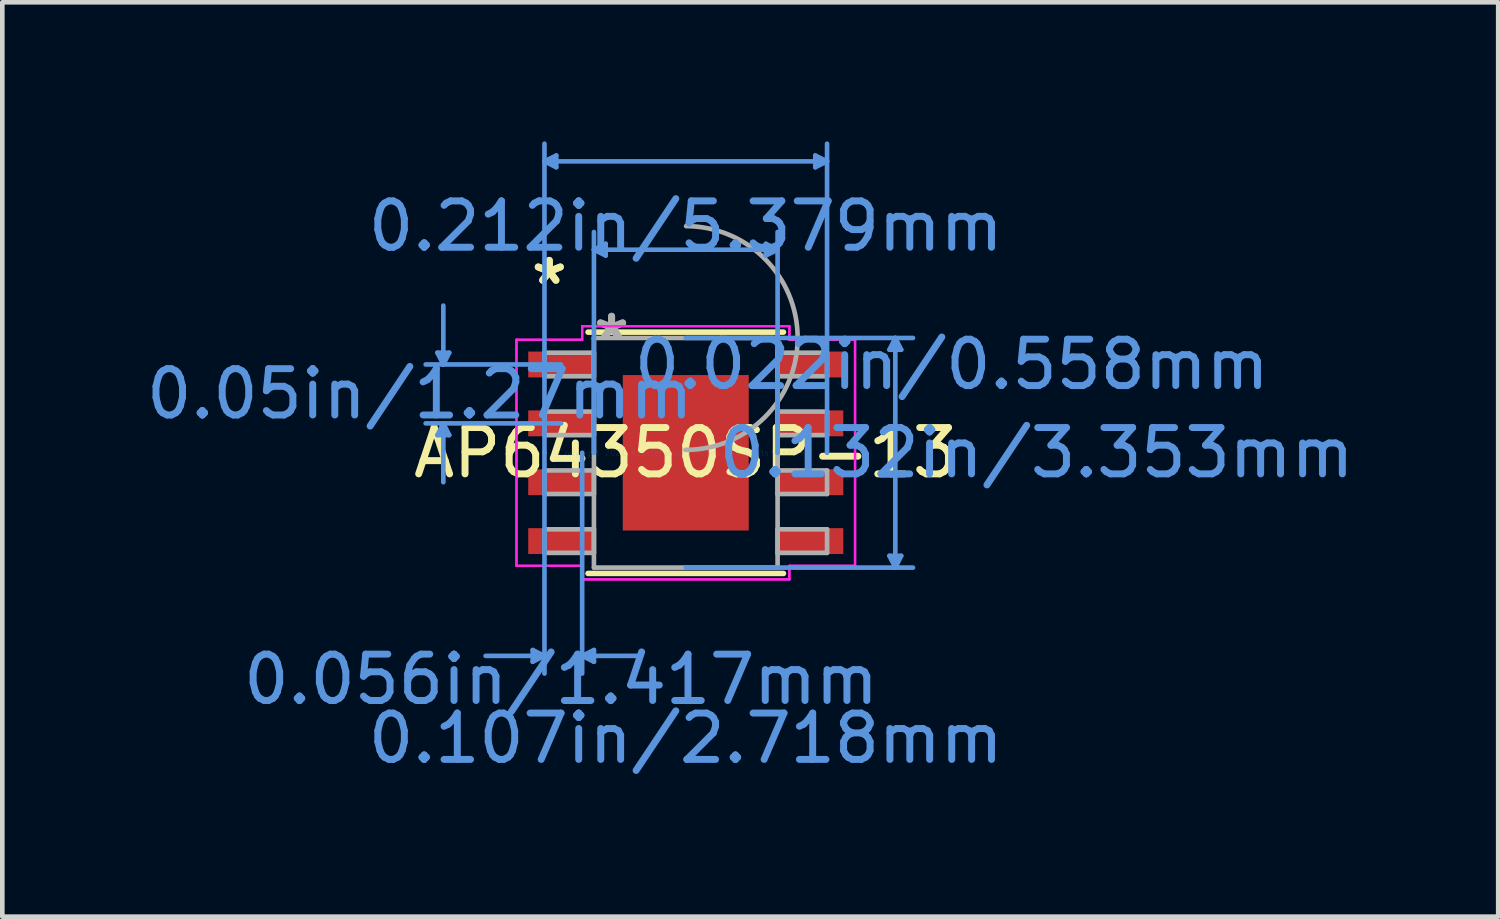
<source format=kicad_pcb>
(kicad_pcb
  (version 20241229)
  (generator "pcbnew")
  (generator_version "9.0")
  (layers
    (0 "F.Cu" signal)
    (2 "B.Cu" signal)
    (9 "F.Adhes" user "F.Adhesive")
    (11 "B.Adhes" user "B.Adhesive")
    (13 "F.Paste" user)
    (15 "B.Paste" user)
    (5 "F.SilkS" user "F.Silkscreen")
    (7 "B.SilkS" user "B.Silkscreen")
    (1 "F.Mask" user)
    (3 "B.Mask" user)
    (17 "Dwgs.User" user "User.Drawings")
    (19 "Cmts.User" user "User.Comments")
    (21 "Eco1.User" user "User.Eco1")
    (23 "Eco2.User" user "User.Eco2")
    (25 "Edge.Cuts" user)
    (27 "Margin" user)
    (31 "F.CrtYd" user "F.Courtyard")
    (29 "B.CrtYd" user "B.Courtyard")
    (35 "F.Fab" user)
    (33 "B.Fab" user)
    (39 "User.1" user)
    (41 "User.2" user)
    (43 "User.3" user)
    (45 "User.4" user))
  (footprint "AP64350SP-13"
    (layer "F.Cu")
    (at 11.744 6.718)
    (property "Reference" "AP64350SP-13" (at 0 0 0) (layer "F.SilkS") (effects (font (size 1 1) (thickness 0.15))))
    (attr through_hole)
    (fp_line (start -2.108 2.603) (end 2.108 2.603) (stroke (width 0.12) (type solid)) (layer "F.SilkS"))
    (fp_line (start 2.108 -2.603) (end -2.108 -2.603) (stroke (width 0.12) (type solid)) (layer "F.SilkS"))
    (fp_poly (pts (xy -1.259 -1.576) (xy -1.259 -0.1) (xy -0.1 -0.1) (xy -0.1 -1.576)) (stroke (width 0.1) (type solid)) (fill yes) (layer "F.Paste"))
    (fp_poly (pts (xy -1.259 0.1) (xy -1.259 1.576) (xy -0.1 1.576) (xy -0.1 0.1)) (stroke (width 0.1) (type solid)) (fill yes) (layer "F.Paste"))
    (fp_poly (pts (xy 0.1 -1.576) (xy 0.1 -0.1) (xy 1.259 -0.1) (xy 1.259 -1.576)) (stroke (width 0.1) (type solid)) (fill yes) (layer "F.Paste"))
    (fp_poly (pts (xy 0.1 0.1) (xy 0.1 1.576) (xy 1.259 1.576) (xy 1.259 0.1)) (stroke (width 0.1) (type solid)) (fill yes) (layer "F.Paste"))
    (fp_line (start -5.357 -2.159) (end -5.103 -2.159) (stroke (width 0.1) (type solid)) (layer "Cmts.User"))
    (fp_line (start -5.357 -0.381) (end -5.103 -0.381) (stroke (width 0.1) (type solid)) (layer "Cmts.User"))
    (fp_line (start -5.23 -1.905) (end -5.357 -2.159) (stroke (width 0.1) (type solid)) (layer "Cmts.User"))
    (fp_line (start -5.23 -1.905) (end -5.23 -3.175) (stroke (width 0.1) (type solid)) (layer "Cmts.User"))
    (fp_line (start -5.23 -1.905) (end -5.103 -2.159) (stroke (width 0.1) (type solid)) (layer "Cmts.User"))
    (fp_line (start -5.23 -0.635) (end -5.357 -0.381) (stroke (width 0.1) (type solid)) (layer "Cmts.User"))
    (fp_line (start -5.23 -0.635) (end -5.23 0.635) (stroke (width 0.1) (type solid)) (layer "Cmts.User"))
    (fp_line (start -5.23 -0.635) (end -5.103 -0.381) (stroke (width 0.1) (type solid)) (layer "Cmts.User"))
    (fp_line (start -3.302 4.255) (end -3.302 4.508) (stroke (width 0.1) (type solid)) (layer "Cmts.User"))
    (fp_line (start -3.048 -6.287) (end -2.794 -6.413) (stroke (width 0.1) (type solid)) (layer "Cmts.User"))
    (fp_line (start -3.048 -6.287) (end -2.794 -6.16) (stroke (width 0.1) (type solid)) (layer "Cmts.User"))
    (fp_line (start -3.048 -6.287) (end 3.048 -6.287) (stroke (width 0.1) (type solid)) (layer "Cmts.User"))
    (fp_line (start -3.048 0) (end -3.048 -6.668) (stroke (width 0.1) (type solid)) (layer "Cmts.User"))
    (fp_line (start -3.048 0) (end -3.048 4.763) (stroke (width 0.1) (type solid)) (layer "Cmts.User"))
    (fp_line (start -3.048 4.381) (end -4.318 4.381) (stroke (width 0.1) (type solid)) (layer "Cmts.User"))
    (fp_line (start -3.048 4.381) (end -3.302 4.255) (stroke (width 0.1) (type solid)) (layer "Cmts.User"))
    (fp_line (start -3.048 4.381) (end -3.302 4.508) (stroke (width 0.1) (type solid)) (layer "Cmts.User"))
    (fp_line (start -2.794 -6.413) (end -2.794 -6.16) (stroke (width 0.1) (type solid)) (layer "Cmts.User"))
    (fp_line (start -2.69 -1.905) (end -5.611 -1.905) (stroke (width 0.1) (type solid)) (layer "Cmts.User"))
    (fp_line (start -2.69 -0.635) (end -5.611 -0.635) (stroke (width 0.1) (type solid)) (layer "Cmts.User"))
    (fp_line (start -2.235 0) (end -2.235 4.763) (stroke (width 0.1) (type solid)) (layer "Cmts.User"))
    (fp_line (start -2.235 4.381) (end -1.981 4.255) (stroke (width 0.1) (type solid)) (layer "Cmts.User"))
    (fp_line (start -2.235 4.381) (end -1.981 4.508) (stroke (width 0.1) (type solid)) (layer "Cmts.User"))
    (fp_line (start -2.235 4.381) (end -0.965 4.381) (stroke (width 0.1) (type solid)) (layer "Cmts.User"))
    (fp_line (start -1.981 -4.381) (end -1.727 -4.508) (stroke (width 0.1) (type solid)) (layer "Cmts.User"))
    (fp_line (start -1.981 -4.381) (end -1.727 -4.255) (stroke (width 0.1) (type solid)) (layer "Cmts.User"))
    (fp_line (start -1.981 -4.381) (end 1.981 -4.381) (stroke (width 0.1) (type solid)) (layer "Cmts.User"))
    (fp_line (start -1.981 0) (end -1.981 -4.763) (stroke (width 0.1) (type solid)) (layer "Cmts.User"))
    (fp_line (start -1.981 4.255) (end -1.981 4.508) (stroke (width 0.1) (type solid)) (layer "Cmts.User"))
    (fp_line (start -1.727 -4.508) (end -1.727 -4.255) (stroke (width 0.1) (type solid)) (layer "Cmts.User"))
    (fp_line (start 0 -2.477) (end 4.902 -2.477) (stroke (width 0.1) (type solid)) (layer "Cmts.User"))
    (fp_line (start 0 2.477) (end 4.902 2.477) (stroke (width 0.1) (type solid)) (layer "Cmts.User"))
    (fp_line (start 1.727 -4.508) (end 1.727 -4.255) (stroke (width 0.1) (type solid)) (layer "Cmts.User"))
    (fp_line (start 1.981 -4.381) (end 1.727 -4.508) (stroke (width 0.1) (type solid)) (layer "Cmts.User"))
    (fp_line (start 1.981 -4.381) (end 1.727 -4.255) (stroke (width 0.1) (type solid)) (layer "Cmts.User"))
    (fp_line (start 1.981 0) (end 1.981 -4.763) (stroke (width 0.1) (type solid)) (layer "Cmts.User"))
    (fp_line (start 2.794 -6.413) (end 2.794 -6.16) (stroke (width 0.1) (type solid)) (layer "Cmts.User"))
    (fp_line (start 3.048 -6.287) (end 2.794 -6.413) (stroke (width 0.1) (type solid)) (layer "Cmts.User"))
    (fp_line (start 3.048 -6.287) (end 2.794 -6.16) (stroke (width 0.1) (type solid)) (layer "Cmts.User"))
    (fp_line (start 3.048 0) (end 3.048 -6.668) (stroke (width 0.1) (type solid)) (layer "Cmts.User"))
    (fp_line (start 4.394 -2.223) (end 4.648 -2.223) (stroke (width 0.1) (type solid)) (layer "Cmts.User"))
    (fp_line (start 4.394 2.223) (end 4.648 2.223) (stroke (width 0.1) (type solid)) (layer "Cmts.User"))
    (fp_line (start 4.521 -2.477) (end 4.394 -2.223) (stroke (width 0.1) (type solid)) (layer "Cmts.User"))
    (fp_line (start 4.521 -2.477) (end 4.521 2.477) (stroke (width 0.1) (type solid)) (layer "Cmts.User"))
    (fp_line (start 4.521 -2.477) (end 4.648 -2.223) (stroke (width 0.1) (type solid)) (layer "Cmts.User"))
    (fp_line (start 4.521 2.477) (end 4.394 2.223) (stroke (width 0.1) (type solid)) (layer "Cmts.User"))
    (fp_line (start 4.521 2.477) (end 4.648 2.223) (stroke (width 0.1) (type solid)) (layer "Cmts.User"))
    (fp_line (start -3.652 -2.438) (end -2.235 -2.438) (stroke (width 0.05) (type solid)) (layer "F.CrtYd"))
    (fp_line (start -3.652 -2.438) (end -2.235 -2.438) (stroke (width 0.05) (type solid)) (layer "F.CrtYd"))
    (fp_line (start -3.652 2.438) (end -3.652 -2.438) (stroke (width 0.05) (type solid)) (layer "F.CrtYd"))
    (fp_line (start -3.652 2.438) (end -3.652 -2.438) (stroke (width 0.05) (type solid)) (layer "F.CrtYd"))
    (fp_line (start -3.652 2.438) (end -2.235 2.438) (stroke (width 0.05) (type solid)) (layer "F.CrtYd"))
    (fp_line (start -2.235 -2.731) (end 2.235 -2.731) (stroke (width 0.05) (type solid)) (layer "F.CrtYd"))
    (fp_line (start -2.235 -2.731) (end 2.235 -2.731) (stroke (width 0.05) (type solid)) (layer "F.CrtYd"))
    (fp_line (start -2.235 -2.438) (end -2.235 -2.731) (stroke (width 0.05) (type solid)) (layer "F.CrtYd"))
    (fp_line (start -2.235 -2.438) (end -2.235 -2.731) (stroke (width 0.05) (type solid)) (layer "F.CrtYd"))
    (fp_line (start -2.235 2.438) (end -3.652 2.438) (stroke (width 0.05) (type solid)) (layer "F.CrtYd"))
    (fp_line (start -2.235 2.731) (end -2.235 2.438) (stroke (width 0.05) (type solid)) (layer "F.CrtYd"))
    (fp_line (start -2.235 2.731) (end -2.235 2.438) (stroke (width 0.05) (type solid)) (layer "F.CrtYd"))
    (fp_line (start 2.235 -2.731) (end 2.235 -2.438) (stroke (width 0.05) (type solid)) (layer "F.CrtYd"))
    (fp_line (start 2.235 -2.731) (end 2.235 -2.438) (stroke (width 0.05) (type solid)) (layer "F.CrtYd"))
    (fp_line (start 2.235 -2.438) (end 3.652 -2.438) (stroke (width 0.05) (type solid)) (layer "F.CrtYd"))
    (fp_line (start 2.235 2.438) (end 2.235 2.731) (stroke (width 0.05) (type solid)) (layer "F.CrtYd"))
    (fp_line (start 2.235 2.438) (end 2.235 2.731) (stroke (width 0.05) (type solid)) (layer "F.CrtYd"))
    (fp_line (start 2.235 2.731) (end -2.235 2.731) (stroke (width 0.05) (type solid)) (layer "F.CrtYd"))
    (fp_line (start 2.235 2.731) (end -2.235 2.731) (stroke (width 0.05) (type solid)) (layer "F.CrtYd"))
    (fp_line (start 3.652 -2.438) (end 2.235 -2.438) (stroke (width 0.05) (type solid)) (layer "F.CrtYd"))
    (fp_line (start 3.652 -2.438) (end 3.652 2.438) (stroke (width 0.05) (type solid)) (layer "F.CrtYd"))
    (fp_line (start 3.652 -2.438) (end 3.652 2.438) (stroke (width 0.05) (type solid)) (layer "F.CrtYd"))
    (fp_line (start 3.652 2.438) (end 2.235 2.438) (stroke (width 0.05) (type solid)) (layer "F.CrtYd"))
    (fp_line (start 3.652 2.438) (end 2.235 2.438) (stroke (width 0.05) (type solid)) (layer "F.CrtYd"))
    (fp_line (start -3.048 -2.159) (end -3.048 -1.651) (stroke (width 0.1) (type solid)) (layer "F.Fab"))
    (fp_line (start -3.048 -1.651) (end -1.981 -1.651) (stroke (width 0.1) (type solid)) (layer "F.Fab"))
    (fp_line (start -3.048 -0.889) (end -3.048 -0.381) (stroke (width 0.1) (type solid)) (layer "F.Fab"))
    (fp_line (start -3.048 -0.381) (end -1.981 -0.381) (stroke (width 0.1) (type solid)) (layer "F.Fab"))
    (fp_line (start -3.048 0.381) (end -3.048 0.889) (stroke (width 0.1) (type solid)) (layer "F.Fab"))
    (fp_line (start -3.048 0.889) (end -1.981 0.889) (stroke (width 0.1) (type solid)) (layer "F.Fab"))
    (fp_line (start -3.048 1.651) (end -3.048 2.159) (stroke (width 0.1) (type solid)) (layer "F.Fab"))
    (fp_line (start -3.048 2.159) (end -1.981 2.159) (stroke (width 0.1) (type solid)) (layer "F.Fab"))
    (fp_line (start -1.981 -2.477) (end -1.981 2.477) (stroke (width 0.1) (type solid)) (layer "F.Fab"))
    (fp_line (start -1.981 -2.159) (end -3.048 -2.159) (stroke (width 0.1) (type solid)) (layer "F.Fab"))
    (fp_line (start -1.981 -1.651) (end -1.981 -2.159) (stroke (width 0.1) (type solid)) (layer "F.Fab"))
    (fp_line (start -1.981 -0.889) (end -3.048 -0.889) (stroke (width 0.1) (type solid)) (layer "F.Fab"))
    (fp_line (start -1.981 -0.381) (end -1.981 -0.889) (stroke (width 0.1) (type solid)) (layer "F.Fab"))
    (fp_line (start -1.981 0.381) (end -3.048 0.381) (stroke (width 0.1) (type solid)) (layer "F.Fab"))
    (fp_line (start -1.981 0.889) (end -1.981 0.381) (stroke (width 0.1) (type solid)) (layer "F.Fab"))
    (fp_line (start -1.981 1.651) (end -3.048 1.651) (stroke (width 0.1) (type solid)) (layer "F.Fab"))
    (fp_line (start -1.981 2.159) (end -1.981 1.651) (stroke (width 0.1) (type solid)) (layer "F.Fab"))
    (fp_line (start -1.981 2.477) (end 1.981 2.477) (stroke (width 0.1) (type solid)) (layer "F.Fab"))
    (fp_line (start 1.981 -2.477) (end -1.981 -2.477) (stroke (width 0.1) (type solid)) (layer "F.Fab"))
    (fp_line (start 1.981 -2.159) (end 1.981 -1.651) (stroke (width 0.1) (type solid)) (layer "F.Fab"))
    (fp_line (start 1.981 -1.651) (end 3.048 -1.651) (stroke (width 0.1) (type solid)) (layer "F.Fab"))
    (fp_line (start 1.981 -0.889) (end 1.981 -0.381) (stroke (width 0.1) (type solid)) (layer "F.Fab"))
    (fp_line (start 1.981 -0.381) (end 3.048 -0.381) (stroke (width 0.1) (type solid)) (layer "F.Fab"))
    (fp_line (start 1.981 0.381) (end 1.981 0.889) (stroke (width 0.1) (type solid)) (layer "F.Fab"))
    (fp_line (start 1.981 0.889) (end 3.048 0.889) (stroke (width 0.1) (type solid)) (layer "F.Fab"))
    (fp_line (start 1.981 1.651) (end 1.981 2.159) (stroke (width 0.1) (type solid)) (layer "F.Fab"))
    (fp_line (start 1.981 2.159) (end 3.048 2.159) (stroke (width 0.1) (type solid)) (layer "F.Fab"))
    (fp_line (start 1.981 2.477) (end 1.981 -2.477) (stroke (width 0.1) (type solid)) (layer "F.Fab"))
    (fp_line (start 3.048 -2.159) (end 1.981 -2.159) (stroke (width 0.1) (type solid)) (layer "F.Fab"))
    (fp_line (start 3.048 -1.651) (end 3.048 -2.159) (stroke (width 0.1) (type solid)) (layer "F.Fab"))
    (fp_line (start 3.048 -0.889) (end 1.981 -0.889) (stroke (width 0.1) (type solid)) (layer "F.Fab"))
    (fp_line (start 3.048 -0.381) (end 3.048 -0.889) (stroke (width 0.1) (type solid)) (layer "F.Fab"))
    (fp_line (start 3.048 0.381) (end 1.981 0.381) (stroke (width 0.1) (type solid)) (layer "F.Fab"))
    (fp_line (start 3.048 0.889) (end 3.048 0.381) (stroke (width 0.1) (type solid)) (layer "F.Fab"))
    (fp_line (start 3.048 1.651) (end 1.981 1.651) (stroke (width 0.1) (type solid)) (layer "F.Fab"))
    (fp_line (start 3.048 2.159) (end 3.048 1.651) (stroke (width 0.1) (type solid)) (layer "F.Fab"))
    (fp_arc (start 0.007742 -4.890097) (mid 2.413597 -2.468758) (end -0.007742 -0.062903) (stroke (width 0.1) (type solid)) (layer "F.Fab"))
    (fp_text user "*" (at -2.944 -3.606 0) (layer "F.SilkS") (effects (font (size 1 1) (thickness 0.15))))
    (fp_text user "*" (at -2.944 -3.606 0) (layer "F.SilkS") (effects (font (size 1 1) (thickness 0.15))))
    (fp_text user "Copyright 2021 Accelerated Designs. All rights reserved." (at 0 0 0) (layer "Cmts.User") (effects (font (size 0.127 0.127) (thickness 0.002))))
    (fp_text user "0.022in/0.558mm" (at 5.738 -1.905 0) (layer "Cmts.User") (effects (font (size 1 1) (thickness 0.15))))
    (fp_text user "0.056in/1.417mm" (at -2.69 4.889 0) (layer "Cmts.User") (effects (font (size 1 1) (thickness 0.15))))
    (fp_text user "0.132in/3.353mm" (at 7.569 0 0) (layer "Cmts.User") (effects (font (size 1 1) (thickness 0.15))))
    (fp_text user "0.05in/1.27mm" (at -5.738 -1.27 0) (layer "Cmts.User") (effects (font (size 1 1) (thickness 0.15))))
    (fp_text user "0.107in/2.718mm" (at 0 6.16 0) (layer "Cmts.User") (effects (font (size 1 1) (thickness 0.15))))
    (fp_text user "0.212in/5.379mm" (at 0 -4.889 0) (layer "Cmts.User") (effects (font (size 1 1) (thickness 0.15))))
    (fp_text user "*" (at -1.6 -2.4 0) (layer "F.Fab") (effects (font (size 1 1) (thickness 0.15))))
    (fp_text user "*" (at -1.6 -2.4 0) (layer "F.Fab") (effects (font (size 1 1) (thickness 0.15))))
    (pad "1" smd rect (at -2.69 -1.905) (size 1.417 0.558) (layers "F.Cu" "F.Mask" "F.Paste"))
    (pad "2" smd rect (at -2.69 -0.635) (size 1.417 0.558) (layers "F.Cu" "F.Mask" "F.Paste"))
    (pad "3" smd rect (at -2.69 0.635) (size 1.417 0.558) (layers "F.Cu" "F.Mask" "F.Paste"))
    (pad "4" smd rect (at -2.69 1.905) (size 1.417 0.558) (layers "F.Cu" "F.Mask" "F.Paste"))
    (pad "5" smd rect (at 2.69 1.905) (size 1.417 0.558) (layers "F.Cu" "F.Mask" "F.Paste"))
    (pad "6" smd rect (at 2.69 0.635) (size 1.417 0.558) (layers "F.Cu" "F.Mask" "F.Paste"))
    (pad "7" smd rect (at 2.69 -0.635) (size 1.417 0.558) (layers "F.Cu" "F.Mask" "F.Paste"))
    (pad "8" smd rect (at 2.69 -1.905) (size 1.417 0.558) (layers "F.Cu" "F.Mask" "F.Paste"))
    (pad "EPAD" smd rect (at 0 0) (size 2.718 3.353) (layers "F.Cu" "F.Mask")))
  (gr_rect
    (start -3 -3)
    (end 29.271 16.725)
    (stroke (width 0.1) (type default))
    (fill no)
    (layer "Edge.Cuts")))
</source>
